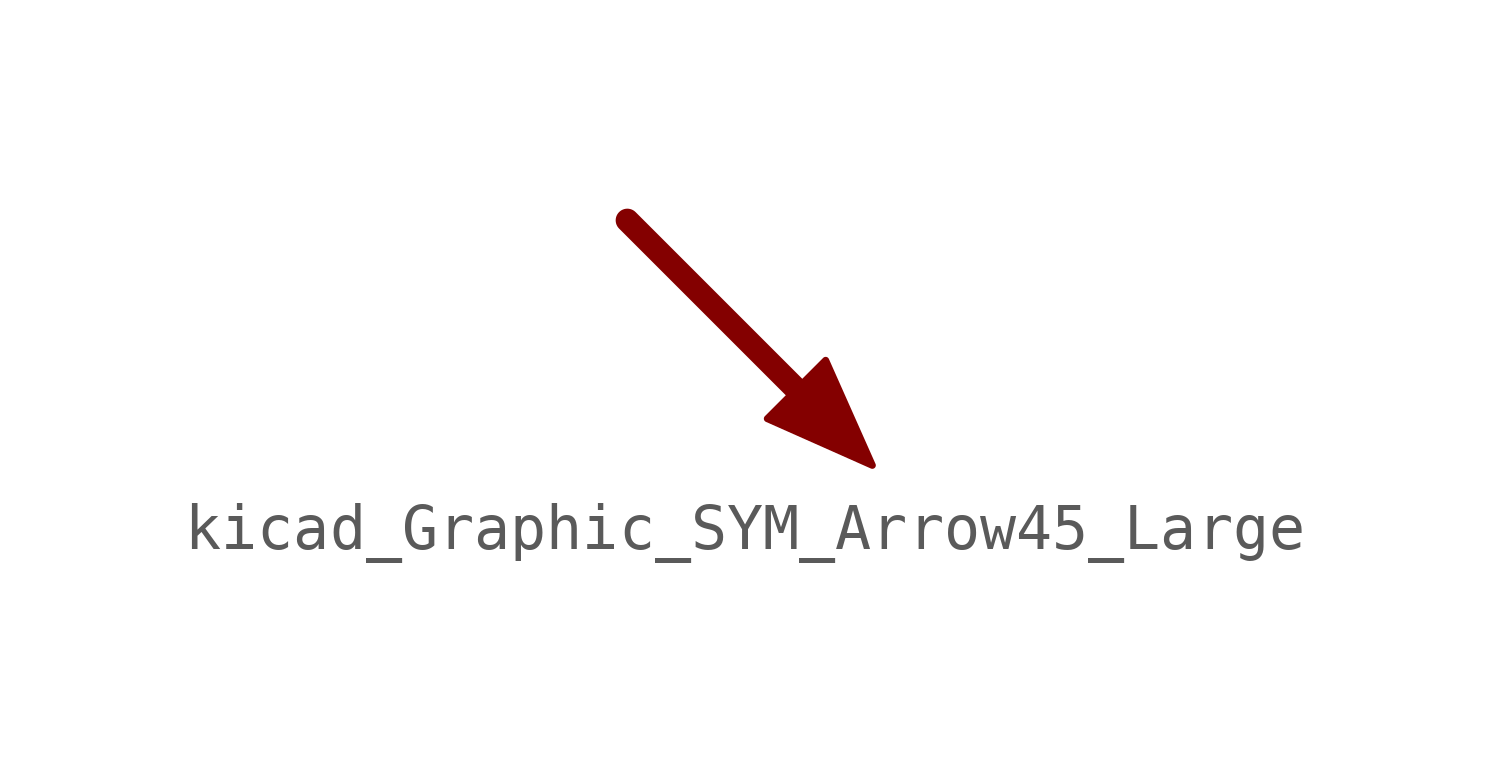
<source format=kicad_sym>
(kicad_symbol_lib
  (version 20220914)
  (generator kicad_symbol_editor)
  (symbol "kicad_Graphic_SYM_Arrow45_Large"
    (property "Reference" "#SYM"
      (at 0 4.064 0)
      (effects (font (size 1.27 1.27)) hide))
    (symbol "kicad_Graphic_SYM_Arrow45_Large_0_1"
      (polyline (pts (xy -2.54 2.54) (xy 2.286 -2.286)) (stroke (width 0.508) (type default)) (fill (type none)))
      (polyline (pts (xy 2.794 -2.794) (xy 0.508 -1.778) (xy 1.778 -0.508) (xy 2.794 -2.794)) (stroke (width 0) (type default)) (fill (type outline))))))
</source>
